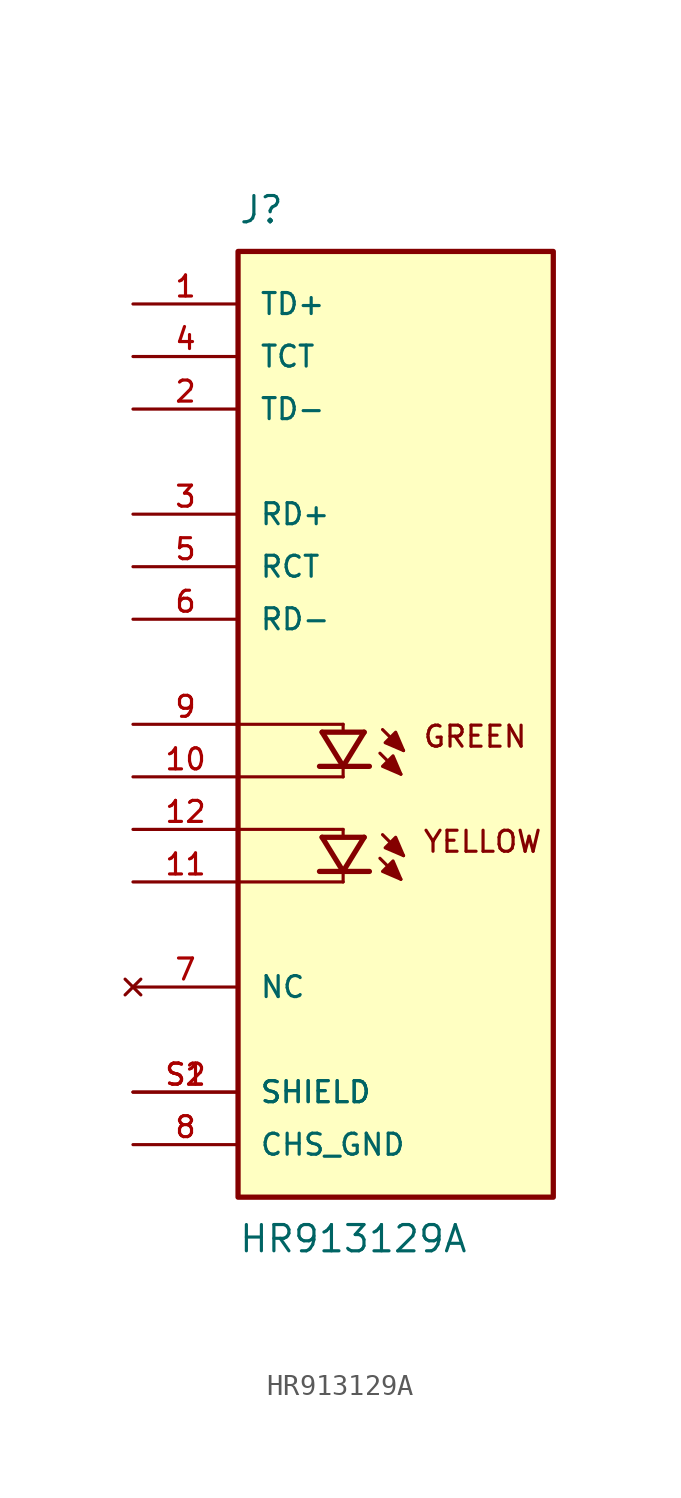
<source format=kicad_sym>
(kicad_symbol_lib
  (version 20211014)
  (generator kicad_symbol_editor)
  (symbol "HR913129A"
    (pin_names
      (offset 1.016))
    (property "Reference" "J"
      (at -7.62 24.13 0)
      (effects (font (size 1.27 1.27)) (justify bottom left)))
    (property "Value" "HR913129A"
      (at -7.62 -24.13 0)
      (effects (font (size 1.27 1.27)) (justify top left)))
    (symbol "HR913129A_0_0"
      (text "YELLOW" (at 1.27 -5.08 0) (effects (font (size 1.016 1.016)) (justify top left)))
      (text "GREEN" (at 1.27 0.0 0) (effects (font (size 1.016 1.016)) (justify top left)))
      (polyline (pts (xy -3.556 -0.381) (xy -2.54 -2.032)) (stroke (width 0.254)))
      (polyline (pts (xy -2.54 -2.032) (xy -1.524 -0.381)) (stroke (width 0.254)))
      (polyline (pts (xy -3.683 -2.032) (xy -2.54 -2.032)) (stroke (width 0.254)))
      (polyline (pts (xy -2.54 -2.032) (xy -1.27 -2.032)) (stroke (width 0.254)))
      (polyline (pts (xy -3.556 -0.381) (xy -1.524 -0.381)) (stroke (width 0.254)))
      (polyline (pts (xy -0.635 -0.254) (xy 0.381 -1.27)) (stroke (width 0.152)))
      (polyline (pts (xy -0.762 -1.397) (xy 0.254 -2.413)) (stroke (width 0.152)))
      (polyline (pts (xy -2.54 0.0) (xy -2.54 -0.254)) (stroke (width 0.152)))
      (polyline (pts (xy -2.54 -2.159) (xy -2.54 -2.54)) (stroke (width 0.152)))
      (polyline (pts (xy -7.62 0.0) (xy -2.54 0.0)) (stroke (width 0.152)))
      (polyline (pts (xy -2.54 -2.54) (xy -7.62 -2.54)) (stroke (width 0.152)))
      (polyline (pts (xy 0.381 -1.27) (xy 0.0 -0.381) (xy -0.508 -0.889) (xy 0.381 -1.27)) (stroke (width 0.152)) (fill (type outline)))
      (polyline (pts (xy 0.254 -2.413) (xy -0.127 -1.524) (xy -0.635 -2.032) (xy 0.254 -2.413)) (stroke (width 0.152)) (fill (type outline)))
      (polyline (pts (xy -3.556 -5.461) (xy -2.54 -7.112)) (stroke (width 0.254)))
      (polyline (pts (xy -2.54 -7.112) (xy -1.524 -5.461)) (stroke (width 0.254)))
      (polyline (pts (xy -3.683 -7.112) (xy -2.54 -7.112)) (stroke (width 0.254)))
      (polyline (pts (xy -2.54 -7.112) (xy -1.27 -7.112)) (stroke (width 0.254)))
      (polyline (pts (xy -3.556 -5.461) (xy -1.524 -5.461)) (stroke (width 0.254)))
      (polyline (pts (xy -0.635 -5.334) (xy 0.381 -6.35)) (stroke (width 0.152)))
      (polyline (pts (xy -0.762 -6.477) (xy 0.254 -7.493)) (stroke (width 0.152)))
      (polyline (pts (xy -2.54 -5.08) (xy -2.54 -5.334)) (stroke (width 0.152)))
      (polyline (pts (xy -2.54 -7.239) (xy -2.54 -7.62)) (stroke (width 0.152)))
      (polyline (pts (xy -7.62 -5.08) (xy -2.54 -5.08)) (stroke (width 0.152)))
      (polyline (pts (xy -2.54 -7.62) (xy -7.62 -7.62)) (stroke (width 0.152)))
      (polyline (pts (xy 0.381 -6.35) (xy 0.0 -5.461) (xy -0.508 -5.969) (xy 0.381 -6.35)) (stroke (width 0.152)) (fill (type outline)))
      (polyline (pts (xy 0.254 -7.493) (xy -0.127 -6.604) (xy -0.635 -7.112) (xy 0.254 -7.493)) (stroke (width 0.152)) (fill (type outline)))
      (rectangle (start -7.62 -22.86) (end 7.62 22.86) (stroke (width 0.254)) (fill (type background)))
      (pin passive line (at -12.7 -2.54 0) (length 5.08) (name "~" (effects (font (size 1.016 1.016)))) (number "10" (effects (font (size 1.016 1.016)))))
      (pin passive line (at -12.7 0.0 0) (length 5.08) (name "~" (effects (font (size 1.016 1.016)))) (number "9" (effects (font (size 1.016 1.016)))))
      (pin passive line (at -12.7 -17.78 0) (length 5.08) (name "SHIELD" (effects (font (size 1.016 1.016)))) (number "S1" (effects (font (size 1.016 1.016)))))
      (pin passive line (at -12.7 -17.78 0) (length 5.08) (name "SHIELD" (effects (font (size 1.016 1.016)))) (number "S2" (effects (font (size 1.016 1.016)))))
      (pin passive line (at -12.7 -7.62 0) (length 5.08) (name "~" (effects (font (size 1.016 1.016)))) (number "11" (effects (font (size 1.016 1.016)))))
      (pin passive line (at -12.7 -5.08 0) (length 5.08) (name "~" (effects (font (size 1.016 1.016)))) (number "12" (effects (font (size 1.016 1.016)))))
      (pin passive line (at -12.7 20.32 0) (length 5.08) (name "TD+" (effects (font (size 1.016 1.016)))) (number "1" (effects (font (size 1.016 1.016)))))
      (pin passive line (at -12.7 15.24 0) (length 5.08) (name "TD-" (effects (font (size 1.016 1.016)))) (number "2" (effects (font (size 1.016 1.016)))))
      (pin passive line (at -12.7 10.16 0) (length 5.08) (name "RD+" (effects (font (size 1.016 1.016)))) (number "3" (effects (font (size 1.016 1.016)))))
      (pin passive line (at -12.7 5.08 0) (length 5.08) (name "RD-" (effects (font (size 1.016 1.016)))) (number "6" (effects (font (size 1.016 1.016)))))
      (pin power_in line (at -12.7 -20.32 0) (length 5.08) (name "CHS_GND" (effects (font (size 1.016 1.016)))) (number "8" (effects (font (size 1.016 1.016)))))
      (pin passive line (at -12.7 17.78 0) (length 5.08) (name "TCT" (effects (font (size 1.016 1.016)))) (number "4" (effects (font (size 1.016 1.016)))))
      (pin passive line (at -12.7 7.62 0) (length 5.08) (name "RCT" (effects (font (size 1.016 1.016)))) (number "5" (effects (font (size 1.016 1.016)))))
      (pin no_connect line (at -12.7 -12.7 0) (length 5.08) (name "NC" (effects (font (size 1.016 1.016)))) (number "7" (effects (font (size 1.016 1.016))))))))
</source>
